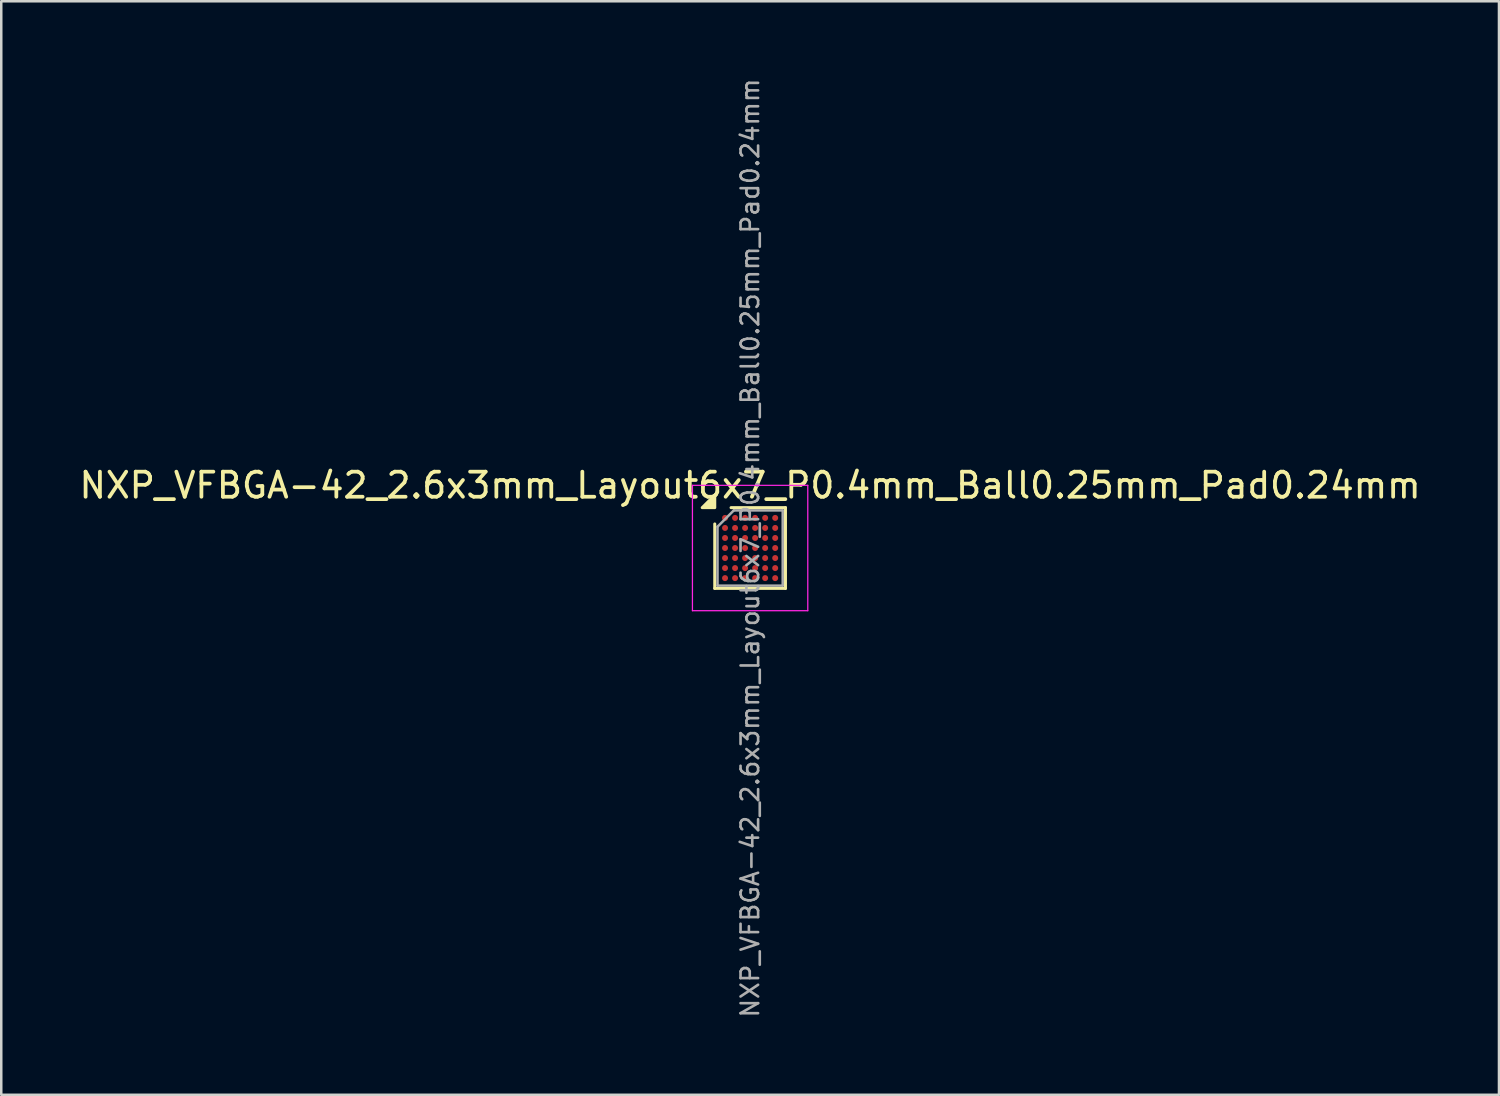
<source format=kicad_pcb>
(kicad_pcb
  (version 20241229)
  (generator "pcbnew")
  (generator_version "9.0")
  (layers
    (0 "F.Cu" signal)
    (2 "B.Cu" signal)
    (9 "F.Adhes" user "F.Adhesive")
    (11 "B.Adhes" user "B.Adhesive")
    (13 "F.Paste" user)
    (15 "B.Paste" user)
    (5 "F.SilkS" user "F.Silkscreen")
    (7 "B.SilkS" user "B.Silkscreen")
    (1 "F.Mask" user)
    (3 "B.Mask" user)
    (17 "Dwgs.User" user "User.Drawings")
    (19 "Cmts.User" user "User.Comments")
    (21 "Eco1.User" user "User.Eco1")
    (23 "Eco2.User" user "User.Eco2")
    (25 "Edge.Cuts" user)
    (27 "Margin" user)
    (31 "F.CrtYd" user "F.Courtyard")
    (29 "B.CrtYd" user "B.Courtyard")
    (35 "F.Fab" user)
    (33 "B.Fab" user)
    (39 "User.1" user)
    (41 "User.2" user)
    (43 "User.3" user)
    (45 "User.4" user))
  (footprint "NXP_VFBGA-42_2.6x3mm_Layout6x7_P0.4mm_Ball0.25mm_Pad0.24mm"
    (layer "F.Cu")
    (at 26.863 18.804)
    (property "Reference" "NXP_VFBGA-42_2.6x3mm_Layout6x7_P0.4mm_Ball0.25mm_Pad0.24mm" (at 0 -2.5 0) (layer "F.SilkS") (effects (font (size 1 1) (thickness 0.15))))
    (attr smd)
    (fp_line (start -1.41 1.61) (end -1.41 -0.96) (stroke (width 0.12) (type solid)) (layer "F.SilkS"))
    (fp_line (start -0.76 -1.61) (end 1.41 -1.61) (stroke (width 0.12) (type solid)) (layer "F.SilkS"))
    (fp_line (start 1.41 -1.61) (end 1.41 1.61) (stroke (width 0.12) (type solid)) (layer "F.SilkS"))
    (fp_line (start 1.41 1.61) (end -1.41 1.61) (stroke (width 0.12) (type solid)) (layer "F.SilkS"))
    (fp_poly (pts (xy -1.41 -1.61) (xy -1.91 -1.61) (xy -1.41 -2.11) (xy -1.41 -1.61)) (stroke (width 0.12) (type solid)) (fill yes) (layer "F.SilkS"))
    (fp_line (start -2.3 -2.5) (end -2.3 2.5) (stroke (width 0.05) (type solid)) (layer "F.CrtYd"))
    (fp_line (start -2.3 2.5) (end 2.3 2.5) (stroke (width 0.05) (type solid)) (layer "F.CrtYd"))
    (fp_line (start 2.3 -2.5) (end -2.3 -2.5) (stroke (width 0.05) (type solid)) (layer "F.CrtYd"))
    (fp_line (start 2.3 2.5) (end 2.3 -2.5) (stroke (width 0.05) (type solid)) (layer "F.CrtYd"))
    (fp_line (start -1.3 -0.85) (end -0.65 -1.5) (stroke (width 0.1) (type solid)) (layer "F.Fab"))
    (fp_line (start -1.3 1.5) (end -1.3 -0.85) (stroke (width 0.1) (type solid)) (layer "F.Fab"))
    (fp_line (start -0.65 -1.5) (end 1.3 -1.5) (stroke (width 0.1) (type solid)) (layer "F.Fab"))
    (fp_line (start 1.3 -1.5) (end 1.3 1.5) (stroke (width 0.1) (type solid)) (layer "F.Fab"))
    (fp_line (start 1.3 1.5) (end -1.3 1.5) (stroke (width 0.1) (type solid)) (layer "F.Fab"))
    (fp_text user "${REFERENCE}" (at 0 0 270) (layer "F.Fab") (effects (font (size 0.7 0.7) (thickness 0.105))))
    (pad "A1" smd circle (at -1 -1.2) (size 0.24 0.24) (property pad_prop_bga) (layers "F.Cu" "F.Mask" "F.Paste"))
    (pad "A2" smd circle (at -0.6 -1.2) (size 0.24 0.24) (property pad_prop_bga) (layers "F.Cu" "F.Mask" "F.Paste"))
    (pad "A3" smd circle (at -0.2 -1.2) (size 0.24 0.24) (property pad_prop_bga) (layers "F.Cu" "F.Mask" "F.Paste"))
    (pad "A4" smd circle (at 0.2 -1.2) (size 0.24 0.24) (property pad_prop_bga) (layers "F.Cu" "F.Mask" "F.Paste"))
    (pad "A5" smd circle (at 0.6 -1.2) (size 0.24 0.24) (property pad_prop_bga) (layers "F.Cu" "F.Mask" "F.Paste"))
    (pad "A6" smd circle (at 1 -1.2) (size 0.24 0.24) (property pad_prop_bga) (layers "F.Cu" "F.Mask" "F.Paste"))
    (pad "B1" smd circle (at -1 -0.8) (size 0.24 0.24) (property pad_prop_bga) (layers "F.Cu" "F.Mask" "F.Paste"))
    (pad "B2" smd circle (at -0.6 -0.8) (size 0.24 0.24) (property pad_prop_bga) (layers "F.Cu" "F.Mask" "F.Paste"))
    (pad "B3" smd circle (at -0.2 -0.8) (size 0.24 0.24) (property pad_prop_bga) (layers "F.Cu" "F.Mask" "F.Paste"))
    (pad "B4" smd circle (at 0.2 -0.8) (size 0.24 0.24) (property pad_prop_bga) (layers "F.Cu" "F.Mask" "F.Paste"))
    (pad "B5" smd circle (at 0.6 -0.8) (size 0.24 0.24) (property pad_prop_bga) (layers "F.Cu" "F.Mask" "F.Paste"))
    (pad "B6" smd circle (at 1 -0.8) (size 0.24 0.24) (property pad_prop_bga) (layers "F.Cu" "F.Mask" "F.Paste"))
    (pad "C1" smd circle (at -1 -0.4) (size 0.24 0.24) (property pad_prop_bga) (layers "F.Cu" "F.Mask" "F.Paste"))
    (pad "C2" smd circle (at -0.6 -0.4) (size 0.24 0.24) (property pad_prop_bga) (layers "F.Cu" "F.Mask" "F.Paste"))
    (pad "C3" smd circle (at -0.2 -0.4) (size 0.24 0.24) (property pad_prop_bga) (layers "F.Cu" "F.Mask" "F.Paste"))
    (pad "C4" smd circle (at 0.2 -0.4) (size 0.24 0.24) (property pad_prop_bga) (layers "F.Cu" "F.Mask" "F.Paste"))
    (pad "C5" smd circle (at 0.6 -0.4) (size 0.24 0.24) (property pad_prop_bga) (layers "F.Cu" "F.Mask" "F.Paste"))
    (pad "C6" smd circle (at 1 -0.4) (size 0.24 0.24) (property pad_prop_bga) (layers "F.Cu" "F.Mask" "F.Paste"))
    (pad "D1" smd circle (at -1 0) (size 0.24 0.24) (property pad_prop_bga) (layers "F.Cu" "F.Mask" "F.Paste"))
    (pad "D2" smd circle (at -0.6 0) (size 0.24 0.24) (property pad_prop_bga) (layers "F.Cu" "F.Mask" "F.Paste"))
    (pad "D3" smd circle (at -0.2 0) (size 0.24 0.24) (property pad_prop_bga) (layers "F.Cu" "F.Mask" "F.Paste"))
    (pad "D4" smd circle (at 0.2 0) (size 0.24 0.24) (property pad_prop_bga) (layers "F.Cu" "F.Mask" "F.Paste"))
    (pad "D5" smd circle (at 0.6 0) (size 0.24 0.24) (property pad_prop_bga) (layers "F.Cu" "F.Mask" "F.Paste"))
    (pad "D6" smd circle (at 1 0) (size 0.24 0.24) (property pad_prop_bga) (layers "F.Cu" "F.Mask" "F.Paste"))
    (pad "E1" smd circle (at -1 0.4) (size 0.24 0.24) (property pad_prop_bga) (layers "F.Cu" "F.Mask" "F.Paste"))
    (pad "E2" smd circle (at -0.6 0.4) (size 0.24 0.24) (property pad_prop_bga) (layers "F.Cu" "F.Mask" "F.Paste"))
    (pad "E3" smd circle (at -0.2 0.4) (size 0.24 0.24) (property pad_prop_bga) (layers "F.Cu" "F.Mask" "F.Paste"))
    (pad "E4" smd circle (at 0.2 0.4) (size 0.24 0.24) (property pad_prop_bga) (layers "F.Cu" "F.Mask" "F.Paste"))
    (pad "E5" smd circle (at 0.6 0.4) (size 0.24 0.24) (property pad_prop_bga) (layers "F.Cu" "F.Mask" "F.Paste"))
    (pad "E6" smd circle (at 1 0.4) (size 0.24 0.24) (property pad_prop_bga) (layers "F.Cu" "F.Mask" "F.Paste"))
    (pad "F1" smd circle (at -1 0.8) (size 0.24 0.24) (property pad_prop_bga) (layers "F.Cu" "F.Mask" "F.Paste"))
    (pad "F2" smd circle (at -0.6 0.8) (size 0.24 0.24) (property pad_prop_bga) (layers "F.Cu" "F.Mask" "F.Paste"))
    (pad "F3" smd circle (at -0.2 0.8) (size 0.24 0.24) (property pad_prop_bga) (layers "F.Cu" "F.Mask" "F.Paste"))
    (pad "F4" smd circle (at 0.2 0.8) (size 0.24 0.24) (property pad_prop_bga) (layers "F.Cu" "F.Mask" "F.Paste"))
    (pad "F5" smd circle (at 0.6 0.8) (size 0.24 0.24) (property pad_prop_bga) (layers "F.Cu" "F.Mask" "F.Paste"))
    (pad "F6" smd circle (at 1 0.8) (size 0.24 0.24) (property pad_prop_bga) (layers "F.Cu" "F.Mask" "F.Paste"))
    (pad "G1" smd circle (at -1 1.2) (size 0.24 0.24) (property pad_prop_bga) (layers "F.Cu" "F.Mask" "F.Paste"))
    (pad "G2" smd circle (at -0.6 1.2) (size 0.24 0.24) (property pad_prop_bga) (layers "F.Cu" "F.Mask" "F.Paste"))
    (pad "G3" smd circle (at -0.2 1.2) (size 0.24 0.24) (property pad_prop_bga) (layers "F.Cu" "F.Mask" "F.Paste"))
    (pad "G4" smd circle (at 0.2 1.2) (size 0.24 0.24) (property pad_prop_bga) (layers "F.Cu" "F.Mask" "F.Paste"))
    (pad "G5" smd circle (at 0.6 1.2) (size 0.24 0.24) (property pad_prop_bga) (layers "F.Cu" "F.Mask" "F.Paste"))
    (pad "G6" smd circle (at 1 1.2) (size 0.24 0.24) (property pad_prop_bga) (layers "F.Cu" "F.Mask" "F.Paste")))
  (gr_rect
    (start -3 -3)
    (end 56.726 40.608)
    (stroke (width 0.1) (type default))
    (fill no)
    (layer "Edge.Cuts")))
</source>
